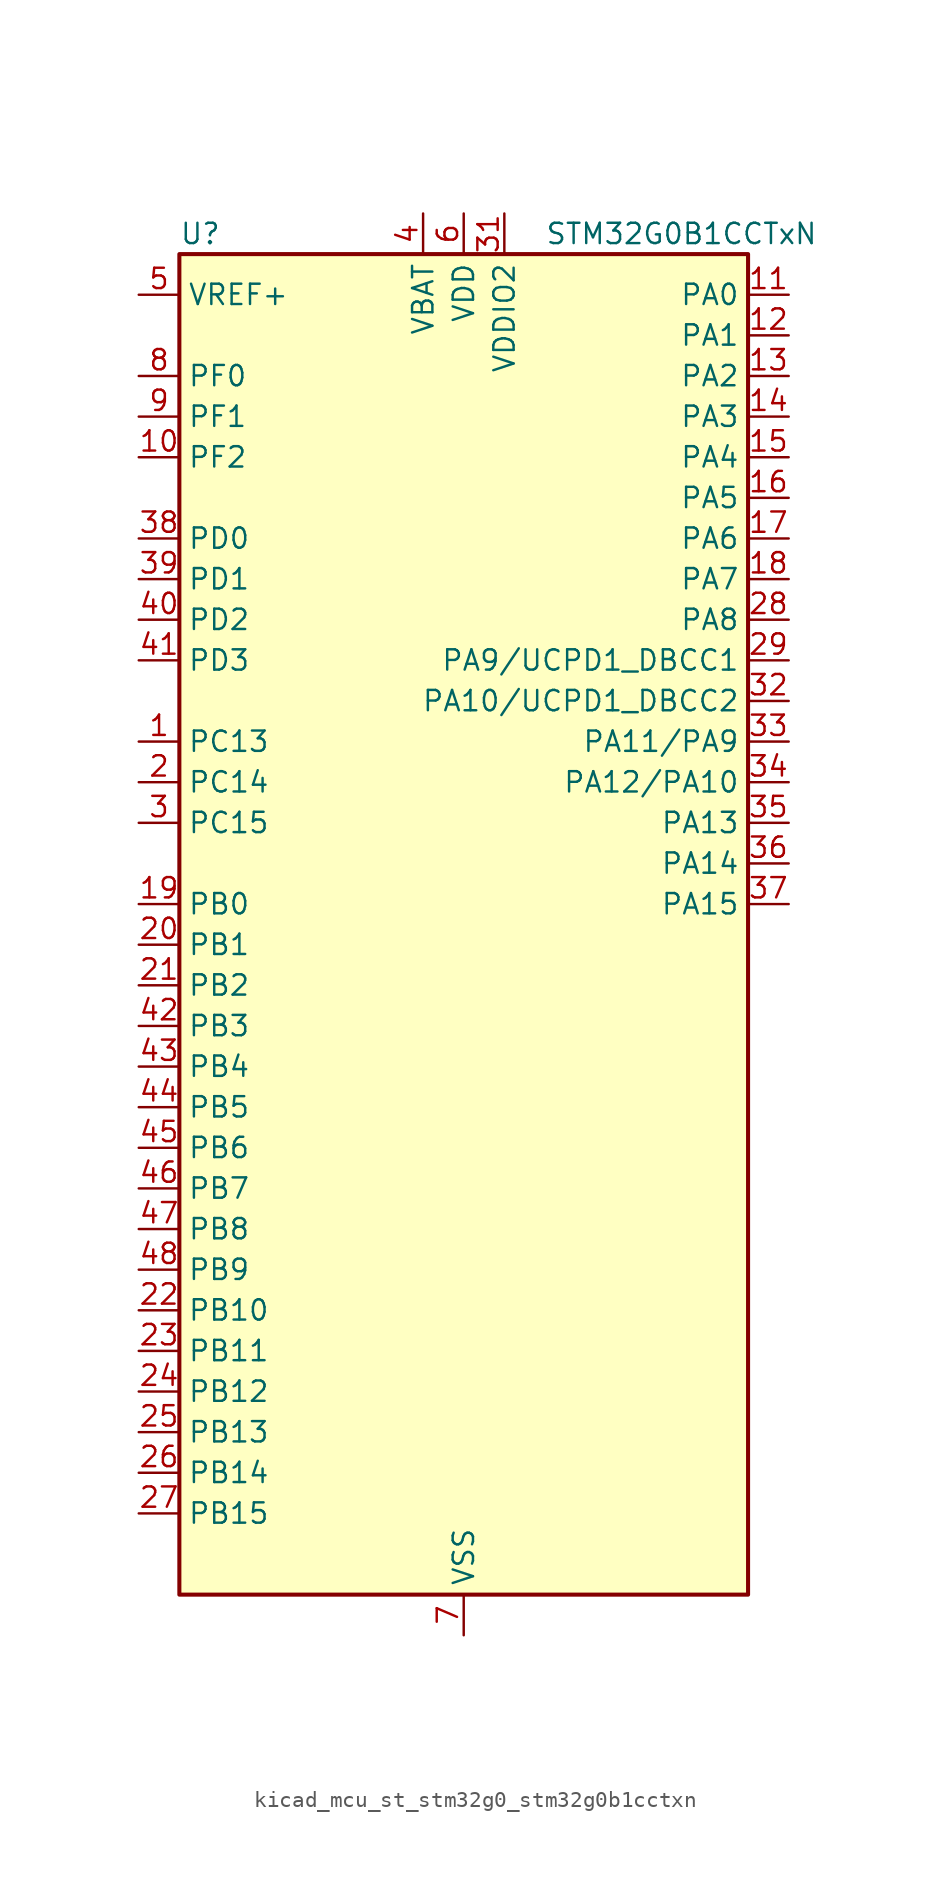
<source format=kicad_sym>
(kicad_symbol_lib
  (version 20220914)
  (generator kicad_symbol_editor)
  (symbol "kicad_mcu_st_stm32g0_stm32g0b1cctxn"
    (property "Reference" "U"
      (at -17.78 44.45 0)
      (effects (font (size 1.27 1.27)) (justify left)))
    (property "Value" "STM32G0B1CCTxN"
      (at 5.08 44.45 0)
      (effects (font (size 1.27 1.27)) (justify left)))
    (property "ki_locked" ""
      (at 0 0 0)
      (effects (font (size 1.27 1.27))))
    (symbol "kicad_mcu_st_stm32g0_stm32g0b1cctxn_0_1"
      (rectangle (start -17.78 -40.64) (end 17.78 43.18) (stroke (width 0.254) (type default)) (fill (type background))))
    (symbol "kicad_mcu_st_stm32g0_stm32g0b1cctxn_1_1"
      (pin bidirectional line (at -20.32 12.7 0) (length 2.54) (name "PC13" (effects (font (size 1.27 1.27)))) (number "1" (effects (font (size 1.27 1.27)))) (alternate "RTC_OUT1" bidirectional line) (alternate "RTC_TAMP_IN1" bidirectional line) (alternate "RTC_TS" bidirectional line) (alternate "SYS_WKUP2" bidirectional line) (alternate "TIM1_BK" bidirectional line))
      (pin bidirectional line (at -20.32 30.48 0) (length 2.54) (name "PF2" (effects (font (size 1.27 1.27)))) (number "10" (effects (font (size 1.27 1.27)))) (alternate "LPUART2_DE" bidirectional line) (alternate "LPUART2_RTS" bidirectional line) (alternate "LPUART2_TX" bidirectional line) (alternate "RCC_MCO" bidirectional line))
      (pin bidirectional line (at 20.32 40.64 180) (length 2.54) (name "PA0" (effects (font (size 1.27 1.27)))) (number "11" (effects (font (size 1.27 1.27)))) (alternate "ADC1_IN0" bidirectional line) (alternate "COMP1_INM" bidirectional line) (alternate "COMP1_OUT" bidirectional line) (alternate "I2S2_CK" bidirectional line) (alternate "LPTIM1_OUT" bidirectional line) (alternate "RTC_TAMP_IN2" bidirectional line) (alternate "SPI2_SCK" bidirectional line) (alternate "SYS_WKUP1" bidirectional line) (alternate "TIM2_CH1" bidirectional line) (alternate "TIM2_ETR" bidirectional line) (alternate "UCPD2_FRSTX1" bidirectional line) (alternate "UCPD2_FRSTX2" bidirectional line) (alternate "USART2_CTS" bidirectional line) (alternate "USART2_NSS" bidirectional line) (alternate "USART4_TX" bidirectional line))
      (pin bidirectional line (at 20.32 38.1 180) (length 2.54) (name "PA1" (effects (font (size 1.27 1.27)))) (number "12" (effects (font (size 1.27 1.27)))) (alternate "ADC1_IN1" bidirectional line) (alternate "COMP1_INP" bidirectional line) (alternate "I2C1_SMBA" bidirectional line) (alternate "I2S1_CK" bidirectional line) (alternate "SPI1_SCK" bidirectional line) (alternate "TIM15_CH1N" bidirectional line) (alternate "TIM2_CH2" bidirectional line) (alternate "USART2_CK" bidirectional line) (alternate "USART2_DE" bidirectional line) (alternate "USART2_RTS" bidirectional line) (alternate "USART4_RX" bidirectional line))
      (pin bidirectional line (at 20.32 35.56 180) (length 2.54) (name "PA2" (effects (font (size 1.27 1.27)))) (number "13" (effects (font (size 1.27 1.27)))) (alternate "ADC1_IN2" bidirectional line) (alternate "COMP2_INM" bidirectional line) (alternate "COMP2_OUT" bidirectional line) (alternate "I2S1_SD" bidirectional line) (alternate "LPUART1_TX" bidirectional line) (alternate "RCC_LSCO" bidirectional line) (alternate "SPI1_MOSI" bidirectional line) (alternate "SYS_WKUP4" bidirectional line) (alternate "TIM15_CH1" bidirectional line) (alternate "TIM2_CH3" bidirectional line) (alternate "UCPD1_FRSTX1" bidirectional line) (alternate "UCPD1_FRSTX2" bidirectional line) (alternate "USART2_TX" bidirectional line))
      (pin bidirectional line (at 20.32 33.02 180) (length 2.54) (name "PA3" (effects (font (size 1.27 1.27)))) (number "14" (effects (font (size 1.27 1.27)))) (alternate "ADC1_IN3" bidirectional line) (alternate "COMP2_INP" bidirectional line) (alternate "I2S2_MCK" bidirectional line) (alternate "LPUART1_RX" bidirectional line) (alternate "SPI2_MISO" bidirectional line) (alternate "TIM15_CH2" bidirectional line) (alternate "TIM2_CH4" bidirectional line) (alternate "UCPD2_FRSTX1" bidirectional line) (alternate "UCPD2_FRSTX2" bidirectional line) (alternate "USART2_RX" bidirectional line))
      (pin bidirectional line (at 20.32 30.48 180) (length 2.54) (name "PA4" (effects (font (size 1.27 1.27)))) (number "15" (effects (font (size 1.27 1.27)))) (alternate "ADC1_IN4" bidirectional line) (alternate "DAC1_OUT1" bidirectional line) (alternate "I2S1_WS" bidirectional line) (alternate "I2S2_SD" bidirectional line) (alternate "LPTIM2_OUT" bidirectional line) (alternate "RTC_OUT2" bidirectional line) (alternate "SPI1_NSS" bidirectional line) (alternate "SPI2_MOSI" bidirectional line) (alternate "SPI3_NSS" bidirectional line) (alternate "TIM14_CH1" bidirectional line) (alternate "UCPD2_FRSTX1" bidirectional line) (alternate "UCPD2_FRSTX2" bidirectional line) (alternate "USART6_TX" bidirectional line) (alternate "USB_NOE" bidirectional line))
      (pin bidirectional line (at 20.32 27.94 180) (length 2.54) (name "PA5" (effects (font (size 1.27 1.27)))) (number "16" (effects (font (size 1.27 1.27)))) (alternate "ADC1_IN5" bidirectional line) (alternate "CEC" bidirectional line) (alternate "DAC1_OUT2" bidirectional line) (alternate "I2S1_CK" bidirectional line) (alternate "LPTIM2_ETR" bidirectional line) (alternate "SPI1_SCK" bidirectional line) (alternate "TIM2_CH1" bidirectional line) (alternate "TIM2_ETR" bidirectional line) (alternate "UCPD1_FRSTX1" bidirectional line) (alternate "UCPD1_FRSTX2" bidirectional line) (alternate "USART3_TX" bidirectional line) (alternate "USART6_RX" bidirectional line))
      (pin bidirectional line (at 20.32 25.4 180) (length 2.54) (name "PA6" (effects (font (size 1.27 1.27)))) (number "17" (effects (font (size 1.27 1.27)))) (alternate "ADC1_IN6" bidirectional line) (alternate "COMP1_OUT" bidirectional line) (alternate "I2C2_SDA" bidirectional line) (alternate "I2C3_SDA" bidirectional line) (alternate "I2S1_MCK" bidirectional line) (alternate "LPUART1_CTS" bidirectional line) (alternate "SPI1_MISO" bidirectional line) (alternate "TIM16_CH1" bidirectional line) (alternate "TIM1_BK" bidirectional line) (alternate "TIM3_CH1" bidirectional line) (alternate "USART3_CTS" bidirectional line) (alternate "USART3_NSS" bidirectional line) (alternate "USART6_CTS" bidirectional line) (alternate "USART6_NSS" bidirectional line))
      (pin bidirectional line (at 20.32 22.86 180) (length 2.54) (name "PA7" (effects (font (size 1.27 1.27)))) (number "18" (effects (font (size 1.27 1.27)))) (alternate "ADC1_IN7" bidirectional line) (alternate "COMP2_OUT" bidirectional line) (alternate "I2C2_SCL" bidirectional line) (alternate "I2C3_SCL" bidirectional line) (alternate "I2S1_SD" bidirectional line) (alternate "SPI1_MOSI" bidirectional line) (alternate "TIM14_CH1" bidirectional line) (alternate "TIM17_CH1" bidirectional line) (alternate "TIM1_CH1N" bidirectional line) (alternate "TIM3_CH2" bidirectional line) (alternate "UCPD1_FRSTX1" bidirectional line) (alternate "UCPD1_FRSTX2" bidirectional line) (alternate "USART6_CK" bidirectional line) (alternate "USART6_DE" bidirectional line) (alternate "USART6_RTS" bidirectional line))
      (pin bidirectional line (at -20.32 2.54 0) (length 2.54) (name "PB0" (effects (font (size 1.27 1.27)))) (number "19" (effects (font (size 1.27 1.27)))) (alternate "ADC1_IN8" bidirectional line) (alternate "COMP1_OUT" bidirectional line) (alternate "COMP3_INP" bidirectional line) (alternate "FDCAN2_RX" bidirectional line) (alternate "I2S1_WS" bidirectional line) (alternate "LPTIM1_OUT" bidirectional line) (alternate "LPUART2_CTS" bidirectional line) (alternate "SPI1_NSS" bidirectional line) (alternate "TIM1_CH2N" bidirectional line) (alternate "TIM3_CH3" bidirectional line) (alternate "UCPD1_FRSTX1" bidirectional line) (alternate "UCPD1_FRSTX2" bidirectional line) (alternate "USART3_RX" bidirectional line) (alternate "USART5_TX" bidirectional line))
      (pin bidirectional line (at -20.32 10.16 0) (length 2.54) (name "PC14" (effects (font (size 1.27 1.27)))) (number "2" (effects (font (size 1.27 1.27)))) (alternate "RCC_OSC32_IN" bidirectional line) (alternate "TIM1_BK2" bidirectional line))
      (pin bidirectional line (at -20.32 0 0) (length 2.54) (name "PB1" (effects (font (size 1.27 1.27)))) (number "20" (effects (font (size 1.27 1.27)))) (alternate "ADC1_IN9" bidirectional line) (alternate "COMP1_INM" bidirectional line) (alternate "COMP3_OUT" bidirectional line) (alternate "FDCAN2_TX" bidirectional line) (alternate "LPTIM2_IN1" bidirectional line) (alternate "LPUART1_DE" bidirectional line) (alternate "LPUART1_RTS" bidirectional line) (alternate "LPUART2_DE" bidirectional line) (alternate "LPUART2_RTS" bidirectional line) (alternate "TIM14_CH1" bidirectional line) (alternate "TIM1_CH3N" bidirectional line) (alternate "TIM3_CH4" bidirectional line) (alternate "USART3_CK" bidirectional line) (alternate "USART3_DE" bidirectional line) (alternate "USART3_RTS" bidirectional line) (alternate "USART5_RX" bidirectional line))
      (pin bidirectional line (at -20.32 -2.54 0) (length 2.54) (name "PB2" (effects (font (size 1.27 1.27)))) (number "21" (effects (font (size 1.27 1.27)))) (alternate "ADC1_IN10" bidirectional line) (alternate "COMP1_INP" bidirectional line) (alternate "COMP3_INM" bidirectional line) (alternate "I2S2_MCK" bidirectional line) (alternate "LPTIM1_OUT" bidirectional line) (alternate "RCC_MCO_2" bidirectional line) (alternate "SPI2_MISO" bidirectional line) (alternate "USART3_TX" bidirectional line))
      (pin bidirectional line (at -20.32 -22.86 0) (length 2.54) (name "PB10" (effects (font (size 1.27 1.27)))) (number "22" (effects (font (size 1.27 1.27)))) (alternate "ADC1_IN11" bidirectional line) (alternate "CEC" bidirectional line) (alternate "COMP1_OUT" bidirectional line) (alternate "I2C2_SCL" bidirectional line) (alternate "I2S2_CK" bidirectional line) (alternate "LPUART1_RX" bidirectional line) (alternate "SPI2_SCK" bidirectional line) (alternate "TIM2_CH3" bidirectional line) (alternate "USART3_TX" bidirectional line))
      (pin bidirectional line (at -20.32 -25.4 0) (length 2.54) (name "PB11" (effects (font (size 1.27 1.27)))) (number "23" (effects (font (size 1.27 1.27)))) (alternate "ADC1_EXTI11" bidirectional line) (alternate "ADC1_IN15" bidirectional line) (alternate "COMP2_OUT" bidirectional line) (alternate "I2C2_SDA" bidirectional line) (alternate "I2S2_SD" bidirectional line) (alternate "LPUART1_TX" bidirectional line) (alternate "SPI2_MOSI" bidirectional line) (alternate "TIM2_CH4" bidirectional line) (alternate "USART3_RX" bidirectional line))
      (pin bidirectional line (at -20.32 -27.94 0) (length 2.54) (name "PB12" (effects (font (size 1.27 1.27)))) (number "24" (effects (font (size 1.27 1.27)))) (alternate "ADC1_IN16" bidirectional line) (alternate "FDCAN2_RX" bidirectional line) (alternate "I2C2_SMBA" bidirectional line) (alternate "I2S2_WS" bidirectional line) (alternate "LPUART1_DE" bidirectional line) (alternate "LPUART1_RTS" bidirectional line) (alternate "SPI2_NSS" bidirectional line) (alternate "TIM15_BK" bidirectional line) (alternate "TIM1_BK" bidirectional line) (alternate "UCPD2_FRSTX1" bidirectional line) (alternate "UCPD2_FRSTX2" bidirectional line))
      (pin bidirectional line (at -20.32 -30.48 0) (length 2.54) (name "PB13" (effects (font (size 1.27 1.27)))) (number "25" (effects (font (size 1.27 1.27)))) (alternate "FDCAN2_TX" bidirectional line) (alternate "I2C2_SCL" bidirectional line) (alternate "I2S2_CK" bidirectional line) (alternate "LPUART1_CTS" bidirectional line) (alternate "SPI2_SCK" bidirectional line) (alternate "TIM15_CH1N" bidirectional line) (alternate "TIM1_CH1N" bidirectional line) (alternate "USART3_CTS" bidirectional line) (alternate "USART3_NSS" bidirectional line))
      (pin bidirectional line (at -20.32 -33.02 0) (length 2.54) (name "PB14" (effects (font (size 1.27 1.27)))) (number "26" (effects (font (size 1.27 1.27)))) (alternate "I2C2_SDA" bidirectional line) (alternate "I2S2_MCK" bidirectional line) (alternate "SPI2_MISO" bidirectional line) (alternate "TIM15_CH1" bidirectional line) (alternate "TIM1_CH2N" bidirectional line) (alternate "UCPD1_FRSTX1" bidirectional line) (alternate "UCPD1_FRSTX2" bidirectional line) (alternate "USART3_CK" bidirectional line) (alternate "USART3_DE" bidirectional line) (alternate "USART3_RTS" bidirectional line) (alternate "USART6_CK" bidirectional line) (alternate "USART6_DE" bidirectional line) (alternate "USART6_RTS" bidirectional line))
      (pin bidirectional line (at -20.32 -35.56 0) (length 2.54) (name "PB15" (effects (font (size 1.27 1.27)))) (number "27" (effects (font (size 1.27 1.27)))) (alternate "I2S2_SD" bidirectional line) (alternate "RTC_REFIN" bidirectional line) (alternate "SPI2_MOSI" bidirectional line) (alternate "TIM15_CH1N" bidirectional line) (alternate "TIM15_CH2" bidirectional line) (alternate "TIM1_CH3N" bidirectional line) (alternate "UCPD1_CC2" bidirectional line) (alternate "USART6_CTS" bidirectional line) (alternate "USART6_NSS" bidirectional line))
      (pin bidirectional line (at 20.32 20.32 180) (length 2.54) (name "PA8" (effects (font (size 1.27 1.27)))) (number "28" (effects (font (size 1.27 1.27)))) (alternate "CRS1_SYNC" bidirectional line) (alternate "I2C2_SMBA" bidirectional line) (alternate "I2S2_WS" bidirectional line) (alternate "LPTIM2_OUT" bidirectional line) (alternate "RCC_MCO" bidirectional line) (alternate "SPI2_NSS" bidirectional line) (alternate "TIM1_CH1" bidirectional line) (alternate "UCPD1_CC1" bidirectional line))
      (pin bidirectional line (at 20.32 17.78 180) (length 2.54) (name "PA9/UCPD1_DBCC1" (effects (font (size 1.27 1.27)))) (number "29" (effects (font (size 1.27 1.27)))) (alternate "DAC1_EXTI9" bidirectional line) (alternate "I2C1_SCL" bidirectional line) (alternate "I2C2_SCL" bidirectional line) (alternate "I2S2_MCK" bidirectional line) (alternate "RCC_MCO" bidirectional line) (alternate "SPI2_MISO" bidirectional line) (alternate "TIM15_BK" bidirectional line) (alternate "TIM1_CH2" bidirectional line) (alternate "UCPD1_DBCC1" bidirectional line) (alternate "USART1_TX" bidirectional line))
      (pin bidirectional line (at -20.32 7.62 0) (length 2.54) (name "PC15" (effects (font (size 1.27 1.27)))) (number "3" (effects (font (size 1.27 1.27)))) (alternate "RCC_OSC32_EN" bidirectional line) (alternate "RCC_OSC32_OUT" bidirectional line) (alternate "RCC_OSC_EN" bidirectional line) (alternate "TIM15_BK" bidirectional line))
      (pin passive line (at 0 -43.18 90) (length 2.54) hide (name "VSS" (effects (font (size 1.27 1.27)))) (number "30" (effects (font (size 1.27 1.27)))))
      (pin power_in line (at 2.54 45.72 270) (length 2.54) (name "VDDIO2" (effects (font (size 1.27 1.27)))) (number "31" (effects (font (size 1.27 1.27)))))
      (pin bidirectional line (at 20.32 15.24 180) (length 2.54) (name "PA10/UCPD1_DBCC2" (effects (font (size 1.27 1.27)))) (number "32" (effects (font (size 1.27 1.27)))) (alternate "I2C1_SDA" bidirectional line) (alternate "I2C2_SDA" bidirectional line) (alternate "I2S2_SD" bidirectional line) (alternate "RCC_MCO_2" bidirectional line) (alternate "SPI2_MOSI" bidirectional line) (alternate "TIM17_BK" bidirectional line) (alternate "TIM1_CH3" bidirectional line) (alternate "UCPD1_DBCC2" bidirectional line) (alternate "USART1_RX" bidirectional line))
      (pin bidirectional line (at 20.32 12.7 180) (length 2.54) (name "PA11/PA9" (effects (font (size 1.27 1.27)))) (number "33" (effects (font (size 1.27 1.27)))) (alternate "ADC1_EXTI11" bidirectional line) (alternate "COMP1_OUT" bidirectional line) (alternate "FDCAN1_RX" bidirectional line) (alternate "I2C2_SCL" bidirectional line) (alternate "I2S1_MCK" bidirectional line) (alternate "SPI1_MISO" bidirectional line) (alternate "TIM1_BK2" bidirectional line) (alternate "TIM1_CH4" bidirectional line) (alternate "USART1_CTS" bidirectional line) (alternate "USART1_NSS" bidirectional line) (alternate "USB_DM" bidirectional line))
      (pin bidirectional line (at 20.32 10.16 180) (length 2.54) (name "PA12/PA10" (effects (font (size 1.27 1.27)))) (number "34" (effects (font (size 1.27 1.27)))) (alternate "COMP2_OUT" bidirectional line) (alternate "FDCAN1_TX" bidirectional line) (alternate "I2C2_SDA" bidirectional line) (alternate "I2S1_SD" bidirectional line) (alternate "I2S_CKIN" bidirectional line) (alternate "SPI1_MOSI" bidirectional line) (alternate "TIM1_ETR" bidirectional line) (alternate "USART1_CK" bidirectional line) (alternate "USART1_DE" bidirectional line) (alternate "USART1_RTS" bidirectional line) (alternate "USB_DP" bidirectional line))
      (pin bidirectional line (at 20.32 7.62 180) (length 2.54) (name "PA13" (effects (font (size 1.27 1.27)))) (number "35" (effects (font (size 1.27 1.27)))) (alternate "IR_OUT" bidirectional line) (alternate "LPUART2_RX" bidirectional line) (alternate "SYS_SWDIO" bidirectional line) (alternate "USB_NOE" bidirectional line))
      (pin bidirectional line (at 20.32 5.08 180) (length 2.54) (name "PA14" (effects (font (size 1.27 1.27)))) (number "36" (effects (font (size 1.27 1.27)))) (alternate "LPUART2_TX" bidirectional line) (alternate "SYS_SWCLK" bidirectional line) (alternate "USART2_TX" bidirectional line))
      (pin bidirectional line (at 20.32 2.54 180) (length 2.54) (name "PA15" (effects (font (size 1.27 1.27)))) (number "37" (effects (font (size 1.27 1.27)))) (alternate "I2C2_SMBA" bidirectional line) (alternate "I2S1_WS" bidirectional line) (alternate "RCC_MCO_2" bidirectional line) (alternate "SPI1_NSS" bidirectional line) (alternate "SPI3_NSS" bidirectional line) (alternate "TIM2_CH1" bidirectional line) (alternate "TIM2_ETR" bidirectional line) (alternate "USART2_RX" bidirectional line) (alternate "USART3_CK" bidirectional line) (alternate "USART3_DE" bidirectional line) (alternate "USART3_RTS" bidirectional line) (alternate "USART4_CK" bidirectional line) (alternate "USART4_DE" bidirectional line) (alternate "USART4_RTS" bidirectional line) (alternate "USB_NOE" bidirectional line))
      (pin bidirectional line (at -20.32 25.4 0) (length 2.54) (name "PD0" (effects (font (size 1.27 1.27)))) (number "38" (effects (font (size 1.27 1.27)))) (alternate "FDCAN1_RX" bidirectional line) (alternate "I2S2_WS" bidirectional line) (alternate "SPI2_NSS" bidirectional line) (alternate "TIM16_CH1" bidirectional line) (alternate "UCPD2_CC1" bidirectional line))
      (pin bidirectional line (at -20.32 22.86 0) (length 2.54) (name "PD1" (effects (font (size 1.27 1.27)))) (number "39" (effects (font (size 1.27 1.27)))) (alternate "FDCAN1_TX" bidirectional line) (alternate "I2S2_CK" bidirectional line) (alternate "SPI2_SCK" bidirectional line) (alternate "TIM17_CH1" bidirectional line) (alternate "UCPD2_DBCC1" bidirectional line))
      (pin power_in line (at -2.54 45.72 270) (length 2.54) (name "VBAT" (effects (font (size 1.27 1.27)))) (number "4" (effects (font (size 1.27 1.27)))))
      (pin bidirectional line (at -20.32 20.32 0) (length 2.54) (name "PD2" (effects (font (size 1.27 1.27)))) (number "40" (effects (font (size 1.27 1.27)))) (alternate "TIM1_CH1N" bidirectional line) (alternate "TIM3_ETR" bidirectional line) (alternate "UCPD2_CC2" bidirectional line) (alternate "USART3_CK" bidirectional line) (alternate "USART3_DE" bidirectional line) (alternate "USART3_RTS" bidirectional line) (alternate "USART5_RX" bidirectional line))
      (pin bidirectional line (at -20.32 17.78 0) (length 2.54) (name "PD3" (effects (font (size 1.27 1.27)))) (number "41" (effects (font (size 1.27 1.27)))) (alternate "I2S2_MCK" bidirectional line) (alternate "SPI2_MISO" bidirectional line) (alternate "TIM1_CH2N" bidirectional line) (alternate "UCPD2_DBCC2" bidirectional line) (alternate "USART2_CTS" bidirectional line) (alternate "USART2_NSS" bidirectional line) (alternate "USART5_TX" bidirectional line))
      (pin bidirectional line (at -20.32 -5.08 0) (length 2.54) (name "PB3" (effects (font (size 1.27 1.27)))) (number "42" (effects (font (size 1.27 1.27)))) (alternate "COMP2_INM" bidirectional line) (alternate "I2C2_SCL" bidirectional line) (alternate "I2C3_SCL" bidirectional line) (alternate "I2S1_CK" bidirectional line) (alternate "SPI1_SCK" bidirectional line) (alternate "SPI3_SCK" bidirectional line) (alternate "TIM1_CH2" bidirectional line) (alternate "TIM2_CH2" bidirectional line) (alternate "USART1_CK" bidirectional line) (alternate "USART1_DE" bidirectional line) (alternate "USART1_RTS" bidirectional line) (alternate "USART5_TX" bidirectional line))
      (pin bidirectional line (at -20.32 -7.62 0) (length 2.54) (name "PB4" (effects (font (size 1.27 1.27)))) (number "43" (effects (font (size 1.27 1.27)))) (alternate "COMP2_INP" bidirectional line) (alternate "I2C2_SDA" bidirectional line) (alternate "I2C3_SDA" bidirectional line) (alternate "I2S1_MCK" bidirectional line) (alternate "SPI1_MISO" bidirectional line) (alternate "SPI3_MISO" bidirectional line) (alternate "TIM17_BK" bidirectional line) (alternate "TIM3_CH1" bidirectional line) (alternate "USART1_CTS" bidirectional line) (alternate "USART1_NSS" bidirectional line) (alternate "USART5_RX" bidirectional line))
      (pin bidirectional line (at -20.32 -10.16 0) (length 2.54) (name "PB5" (effects (font (size 1.27 1.27)))) (number "44" (effects (font (size 1.27 1.27)))) (alternate "COMP2_OUT" bidirectional line) (alternate "FDCAN2_RX" bidirectional line) (alternate "I2C1_SMBA" bidirectional line) (alternate "I2S1_SD" bidirectional line) (alternate "LPTIM1_IN1" bidirectional line) (alternate "SPI1_MOSI" bidirectional line) (alternate "SPI3_MOSI" bidirectional line) (alternate "SYS_WKUP6" bidirectional line) (alternate "TIM16_BK" bidirectional line) (alternate "TIM3_CH2" bidirectional line) (alternate "USART5_CK" bidirectional line) (alternate "USART5_DE" bidirectional line) (alternate "USART5_RTS" bidirectional line))
      (pin bidirectional line (at -20.32 -12.7 0) (length 2.54) (name "PB6" (effects (font (size 1.27 1.27)))) (number "45" (effects (font (size 1.27 1.27)))) (alternate "COMP2_INP" bidirectional line) (alternate "FDCAN2_TX" bidirectional line) (alternate "I2C1_SCL" bidirectional line) (alternate "I2S2_MCK" bidirectional line) (alternate "LPTIM1_ETR" bidirectional line) (alternate "LPUART2_TX" bidirectional line) (alternate "SPI2_MISO" bidirectional line) (alternate "TIM16_CH1N" bidirectional line) (alternate "TIM1_CH3" bidirectional line) (alternate "TIM4_CH1" bidirectional line) (alternate "USART1_TX" bidirectional line) (alternate "USART5_CTS" bidirectional line) (alternate "USART5_NSS" bidirectional line))
      (pin bidirectional line (at -20.32 -15.24 0) (length 2.54) (name "PB7" (effects (font (size 1.27 1.27)))) (number "46" (effects (font (size 1.27 1.27)))) (alternate "COMP2_INM" bidirectional line) (alternate "I2C1_SDA" bidirectional line) (alternate "I2S2_SD" bidirectional line) (alternate "LPTIM1_IN2" bidirectional line) (alternate "LPUART2_RX" bidirectional line) (alternate "SPI2_MOSI" bidirectional line) (alternate "SYS_PVD_IN" bidirectional line) (alternate "TIM17_CH1N" bidirectional line) (alternate "TIM4_CH2" bidirectional line) (alternate "USART1_RX" bidirectional line) (alternate "USART4_CTS" bidirectional line) (alternate "USART4_NSS" bidirectional line))
      (pin bidirectional line (at -20.32 -17.78 0) (length 2.54) (name "PB8" (effects (font (size 1.27 1.27)))) (number "47" (effects (font (size 1.27 1.27)))) (alternate "CEC" bidirectional line) (alternate "FDCAN1_RX" bidirectional line) (alternate "I2C1_SCL" bidirectional line) (alternate "I2S2_CK" bidirectional line) (alternate "SPI2_SCK" bidirectional line) (alternate "TIM15_BK" bidirectional line) (alternate "TIM16_CH1" bidirectional line) (alternate "TIM4_CH3" bidirectional line) (alternate "USART3_TX" bidirectional line) (alternate "USART6_TX" bidirectional line))
      (pin bidirectional line (at -20.32 -20.32 0) (length 2.54) (name "PB9" (effects (font (size 1.27 1.27)))) (number "48" (effects (font (size 1.27 1.27)))) (alternate "DAC1_EXTI9" bidirectional line) (alternate "FDCAN1_TX" bidirectional line) (alternate "I2C1_SDA" bidirectional line) (alternate "I2S2_WS" bidirectional line) (alternate "IR_OUT" bidirectional line) (alternate "SPI2_NSS" bidirectional line) (alternate "TIM17_CH1" bidirectional line) (alternate "TIM4_CH4" bidirectional line) (alternate "UCPD2_FRSTX1" bidirectional line) (alternate "UCPD2_FRSTX2" bidirectional line) (alternate "USART3_RX" bidirectional line) (alternate "USART6_RX" bidirectional line))
      (pin input line (at -20.32 40.64 0) (length 2.54) (name "VREF+" (effects (font (size 1.27 1.27)))) (number "5" (effects (font (size 1.27 1.27)))) (alternate "VREFBUF_OUT" bidirectional line))
      (pin power_in line (at 0 45.72 270) (length 2.54) (name "VDD" (effects (font (size 1.27 1.27)))) (number "6" (effects (font (size 1.27 1.27)))))
      (pin power_in line (at 0 -43.18 90) (length 2.54) (name "VSS" (effects (font (size 1.27 1.27)))) (number "7" (effects (font (size 1.27 1.27)))))
      (pin bidirectional line (at -20.32 35.56 0) (length 2.54) (name "PF0" (effects (font (size 1.27 1.27)))) (number "8" (effects (font (size 1.27 1.27)))) (alternate "CRS1_SYNC" bidirectional line) (alternate "RCC_OSC_IN" bidirectional line) (alternate "TIM14_CH1" bidirectional line))
      (pin bidirectional line (at -20.32 33.02 0) (length 2.54) (name "PF1" (effects (font (size 1.27 1.27)))) (number "9" (effects (font (size 1.27 1.27)))) (alternate "RCC_OSC_EN" bidirectional line) (alternate "RCC_OSC_OUT" bidirectional line) (alternate "TIM15_CH1N" bidirectional line)))))
</source>
